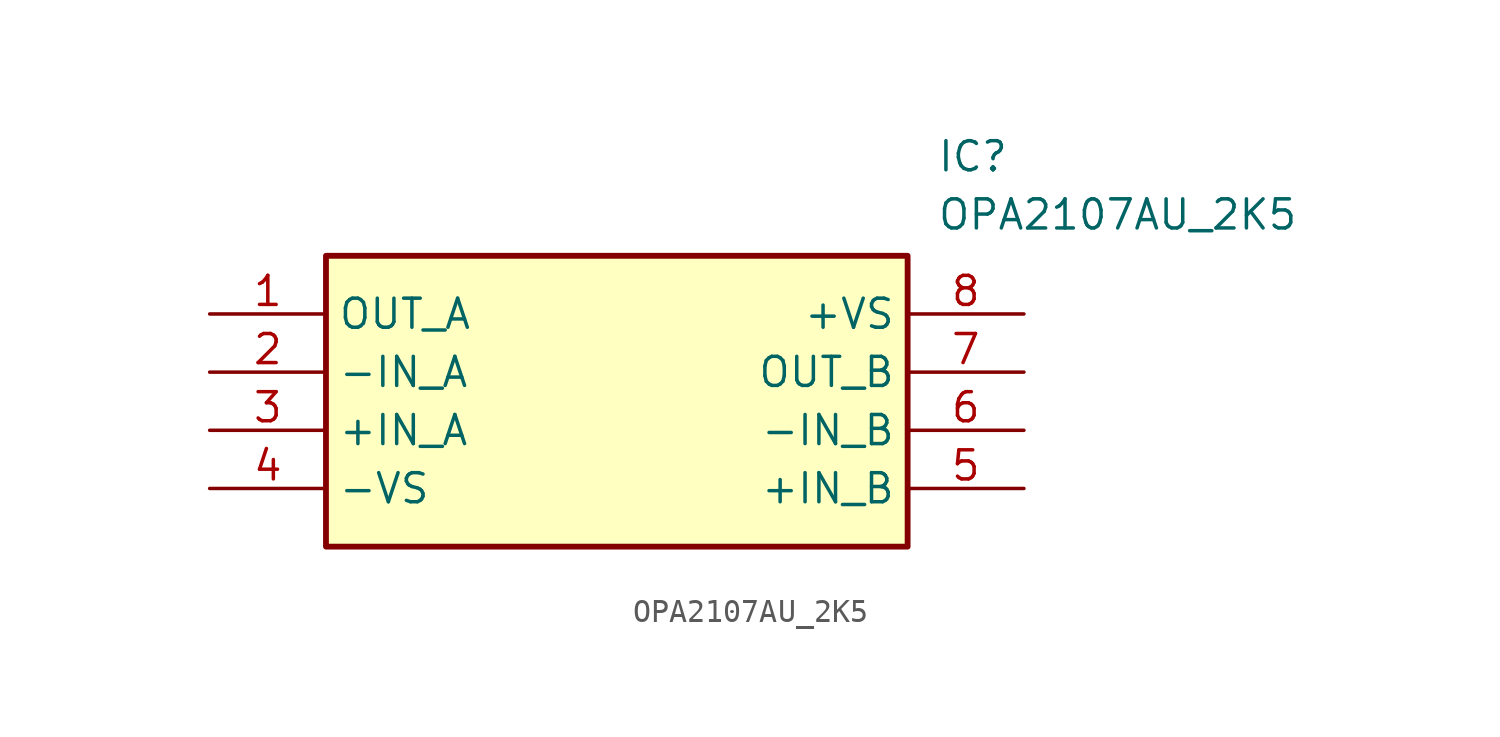
<source format=kicad_sym>
(kicad_symbol_lib
  (version 20211014)
  (generator SamacSys_ECAD_Model)
  (symbol "OPA2107AU_2K5"
    (property "Reference" "IC"
      (at 31.75 7.62 0)
      (effects (font (size 1.27 1.27)) (justify left top)))
    (property "Value" "OPA2107AU_2K5"
      (at 31.75 5.08 0)
      (effects (font (size 1.27 1.27)) (justify left top)))
    (rectangle
      (start 5.08 2.54)
      (end 30.48 -10.16)
      (stroke (width 0.254) (type default))
      (fill (type background)))
    (pin passive line
      (at 0 0 0)
      (length 5.08)
      (name "OUT_A" (effects (font (size 1.27 1.27))))
      (number "1" (effects (font (size 1.27 1.27)))))
    (pin passive line
      (at 0 -2.54 0)
      (length 5.08)
      (name "-IN_A" (effects (font (size 1.27 1.27))))
      (number "2" (effects (font (size 1.27 1.27)))))
    (pin passive line
      (at 0 -5.08 0)
      (length 5.08)
      (name "+IN_A" (effects (font (size 1.27 1.27))))
      (number "3" (effects (font (size 1.27 1.27)))))
    (pin passive line
      (at 0 -7.62 0)
      (length 5.08)
      (name "-VS" (effects (font (size 1.27 1.27))))
      (number "4" (effects (font (size 1.27 1.27)))))
    (pin passive line
      (at 35.56 0 180)
      (length 5.08)
      (name "+VS" (effects (font (size 1.27 1.27))))
      (number "8" (effects (font (size 1.27 1.27)))))
    (pin passive line
      (at 35.56 -2.54 180)
      (length 5.08)
      (name "OUT_B" (effects (font (size 1.27 1.27))))
      (number "7" (effects (font (size 1.27 1.27)))))
    (pin passive line
      (at 35.56 -5.08 180)
      (length 5.08)
      (name "-IN_B" (effects (font (size 1.27 1.27))))
      (number "6" (effects (font (size 1.27 1.27)))))
    (pin passive line
      (at 35.56 -7.62 180)
      (length 5.08)
      (name "+IN_B" (effects (font (size 1.27 1.27))))
      (number "5" (effects (font (size 1.27 1.27)))))))
</source>
